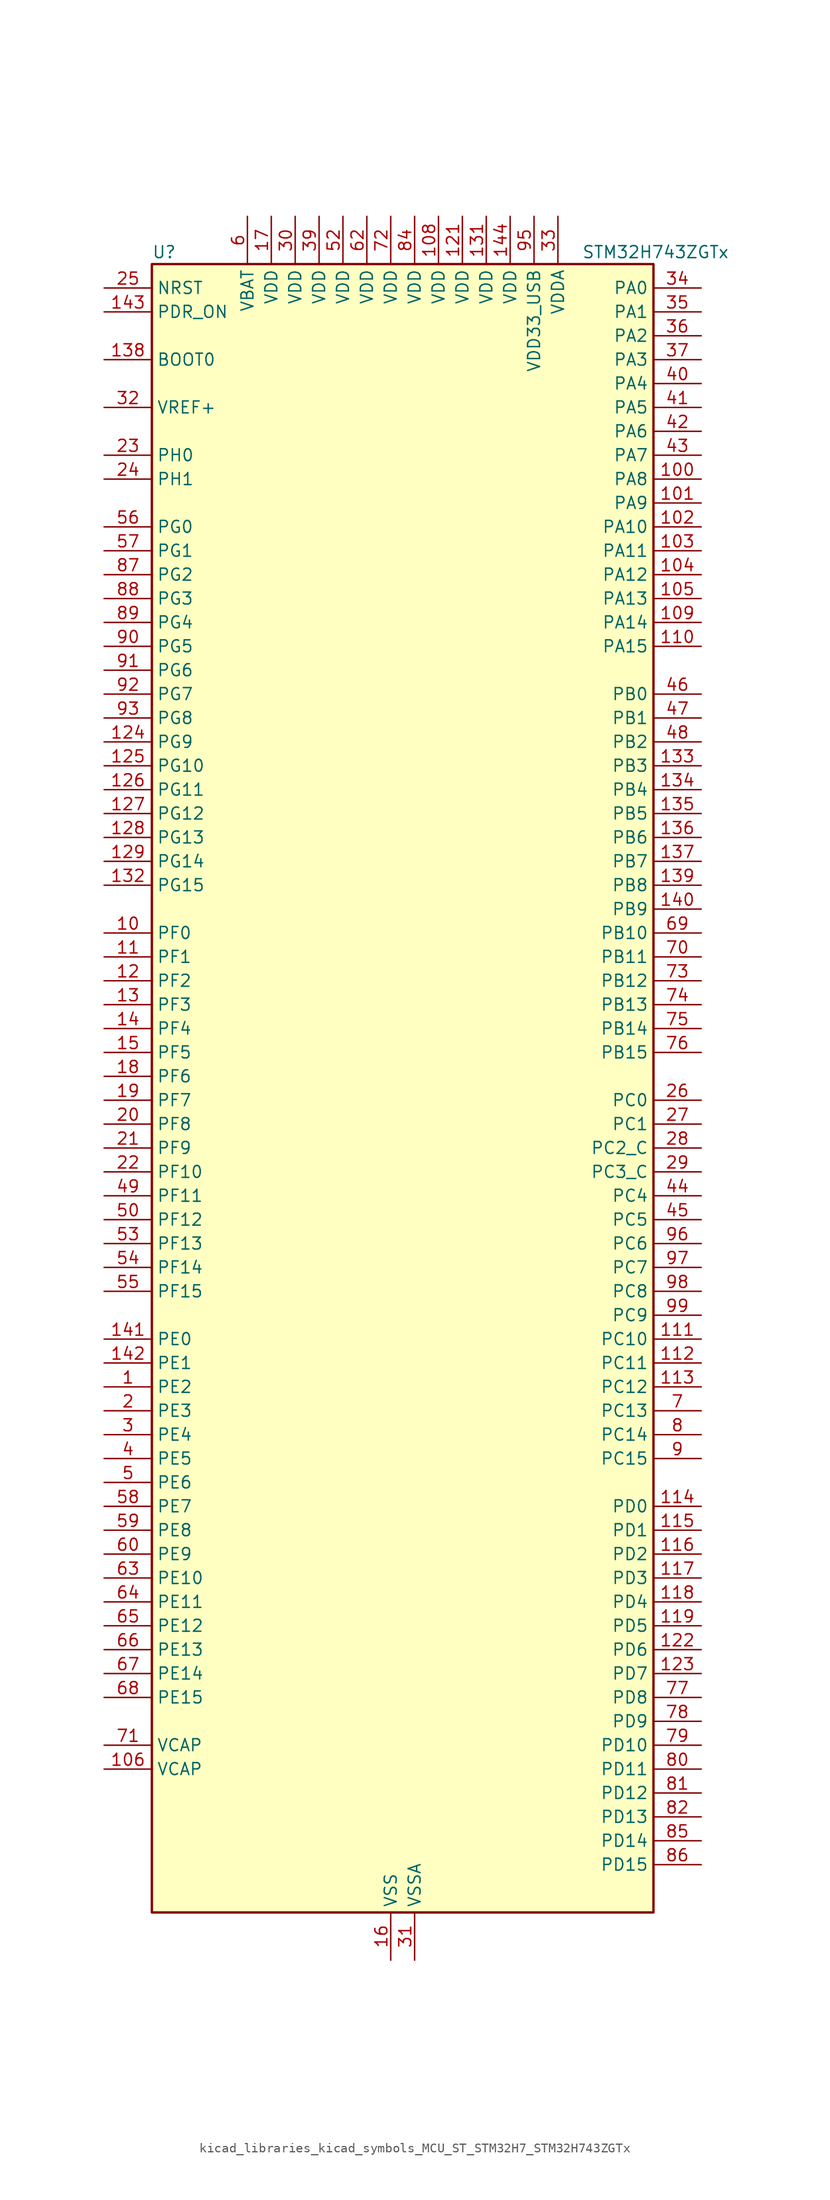
<source format=kicad_sym>
(kicad_symbol_lib
  (version 20220914)
  (generator kicad_symbol_editor)
  (symbol "kicad_libraries_kicad_symbols_MCU_ST_STM32H7_STM32H743ZGTx"
    (property "Reference" "U"
      (at -25.4 90.17 0)
      (effects (font (size 1.27 1.27)) (justify left)))
    (property "Value" "STM32H743ZGTx"
      (at 20.32 90.17 0)
      (effects (font (size 1.27 1.27)) (justify left)))
    (property "ki_locked" ""
      (at 0 0 0)
      (effects (font (size 1.27 1.27))))
    (symbol "kicad_libraries_kicad_symbols_MCU_ST_STM32H7_STM32H743ZGTx_0_1"
      (rectangle (start -25.4 -86.36) (end 27.94 88.9) (stroke (width 0.254) (type default)) (fill (type background))))
    (symbol "kicad_libraries_kicad_symbols_MCU_ST_STM32H7_STM32H743ZGTx_1_1"
      (pin bidirectional line (at -30.48 -30.48 0) (length 5.08) (name "PE2" (effects (font (size 1.27 1.27)))) (number "1" (effects (font (size 1.27 1.27)))) (alternate "DEBUG_TRACECLK" bidirectional line) (alternate "ETH_TXD3" bidirectional line) (alternate "FMC_A23" bidirectional line) (alternate "QUADSPI_BK1_IO2" bidirectional line) (alternate "SAI1_CK1" bidirectional line) (alternate "SAI1_MCLK_A" bidirectional line) (alternate "SAI4_CK1" bidirectional line) (alternate "SAI4_MCLK_A" bidirectional line) (alternate "SPI4_SCK" bidirectional line))
      (pin bidirectional line (at -30.48 17.78 0) (length 5.08) (name "PF0" (effects (font (size 1.27 1.27)))) (number "10" (effects (font (size 1.27 1.27)))) (alternate "FMC_A0" bidirectional line) (alternate "I2C2_SDA" bidirectional line))
      (pin bidirectional line (at 33.02 66.04 180) (length 5.08) (name "PA8" (effects (font (size 1.27 1.27)))) (number "100" (effects (font (size 1.27 1.27)))) (alternate "HRTIM_CHB2" bidirectional line) (alternate "I2C3_SCL" bidirectional line) (alternate "LTDC_B3" bidirectional line) (alternate "LTDC_R6" bidirectional line) (alternate "RCC_MCO_1" bidirectional line) (alternate "TIM1_CH1" bidirectional line) (alternate "TIM8_BKIN2" bidirectional line) (alternate "TIM8_BKIN2_COMP1" bidirectional line) (alternate "TIM8_BKIN2_COMP2" bidirectional line) (alternate "UART7_RX" bidirectional line) (alternate "USART1_CK" bidirectional line) (alternate "USB_OTG_FS_SOF" bidirectional line))
      (pin bidirectional line (at 33.02 63.5 180) (length 5.08) (name "PA9" (effects (font (size 1.27 1.27)))) (number "101" (effects (font (size 1.27 1.27)))) (alternate "DAC1_EXTI9" bidirectional line) (alternate "DCMI_D0" bidirectional line) (alternate "HRTIM_CHC1" bidirectional line) (alternate "I2C3_SMBA" bidirectional line) (alternate "I2S2_CK" bidirectional line) (alternate "LPUART1_TX" bidirectional line) (alternate "LTDC_R5" bidirectional line) (alternate "SPI2_SCK" bidirectional line) (alternate "TIM1_CH2" bidirectional line) (alternate "USART1_TX" bidirectional line) (alternate "USB_OTG_FS_VBUS" bidirectional line))
      (pin bidirectional line (at 33.02 60.96 180) (length 5.08) (name "PA10" (effects (font (size 1.27 1.27)))) (number "102" (effects (font (size 1.27 1.27)))) (alternate "DCMI_D1" bidirectional line) (alternate "HRTIM_CHC2" bidirectional line) (alternate "LPUART1_RX" bidirectional line) (alternate "LTDC_B1" bidirectional line) (alternate "LTDC_B4" bidirectional line) (alternate "MDIOS_MDIO" bidirectional line) (alternate "TIM1_CH3" bidirectional line) (alternate "USART1_RX" bidirectional line) (alternate "USB_OTG_FS_ID" bidirectional line))
      (pin bidirectional line (at 33.02 58.42 180) (length 5.08) (name "PA11" (effects (font (size 1.27 1.27)))) (number "103" (effects (font (size 1.27 1.27)))) (alternate "ADC1_EXTI11" bidirectional line) (alternate "ADC2_EXTI11" bidirectional line) (alternate "ADC3_EXTI11" bidirectional line) (alternate "FDCAN1_RX" bidirectional line) (alternate "HRTIM_CHD1" bidirectional line) (alternate "I2S2_WS" bidirectional line) (alternate "LPUART1_CTS" bidirectional line) (alternate "LTDC_R4" bidirectional line) (alternate "SPI2_NSS" bidirectional line) (alternate "TIM1_CH4" bidirectional line) (alternate "UART4_RX" bidirectional line) (alternate "USART1_CTS" bidirectional line) (alternate "USART1_NSS" bidirectional line) (alternate "USB_OTG_FS_DM" bidirectional line))
      (pin bidirectional line (at 33.02 55.88 180) (length 5.08) (name "PA12" (effects (font (size 1.27 1.27)))) (number "104" (effects (font (size 1.27 1.27)))) (alternate "FDCAN1_TX" bidirectional line) (alternate "HRTIM_CHD2" bidirectional line) (alternate "I2S2_CK" bidirectional line) (alternate "LPUART1_DE" bidirectional line) (alternate "LPUART1_RTS" bidirectional line) (alternate "LTDC_R5" bidirectional line) (alternate "SAI2_FS_B" bidirectional line) (alternate "SPI2_SCK" bidirectional line) (alternate "TIM1_ETR" bidirectional line) (alternate "UART4_TX" bidirectional line) (alternate "USART1_DE" bidirectional line) (alternate "USART1_RTS" bidirectional line) (alternate "USB_OTG_FS_DP" bidirectional line))
      (pin bidirectional line (at 33.02 53.34 180) (length 5.08) (name "PA13" (effects (font (size 1.27 1.27)))) (number "105" (effects (font (size 1.27 1.27)))) (alternate "DEBUG_JTMS-SWDIO" bidirectional line))
      (pin power_out line (at -30.48 -71.12 0) (length 5.08) (name "VCAP" (effects (font (size 1.27 1.27)))) (number "106" (effects (font (size 1.27 1.27)))))
      (pin passive line (at 0 -91.44 90) (length 5.08) hide (name "VSS" (effects (font (size 1.27 1.27)))) (number "107" (effects (font (size 1.27 1.27)))))
      (pin power_in line (at 5.08 93.98 270) (length 5.08) (name "VDD" (effects (font (size 1.27 1.27)))) (number "108" (effects (font (size 1.27 1.27)))))
      (pin bidirectional line (at 33.02 50.8 180) (length 5.08) (name "PA14" (effects (font (size 1.27 1.27)))) (number "109" (effects (font (size 1.27 1.27)))) (alternate "DEBUG_JTCK-SWCLK" bidirectional line))
      (pin bidirectional line (at -30.48 15.24 0) (length 5.08) (name "PF1" (effects (font (size 1.27 1.27)))) (number "11" (effects (font (size 1.27 1.27)))) (alternate "FMC_A1" bidirectional line) (alternate "I2C2_SCL" bidirectional line))
      (pin bidirectional line (at 33.02 48.26 180) (length 5.08) (name "PA15" (effects (font (size 1.27 1.27)))) (number "110" (effects (font (size 1.27 1.27)))) (alternate "ADC1_EXTI15" bidirectional line) (alternate "ADC2_EXTI15" bidirectional line) (alternate "ADC3_EXTI15" bidirectional line) (alternate "CEC" bidirectional line) (alternate "DEBUG_JTDI" bidirectional line) (alternate "HRTIM_FLT1" bidirectional line) (alternate "I2S1_WS" bidirectional line) (alternate "I2S3_WS" bidirectional line) (alternate "SPI1_NSS" bidirectional line) (alternate "SPI3_NSS" bidirectional line) (alternate "SPI6_NSS" bidirectional line) (alternate "TIM2_CH1" bidirectional line) (alternate "TIM2_ETR" bidirectional line) (alternate "UART4_DE" bidirectional line) (alternate "UART4_RTS" bidirectional line) (alternate "UART7_TX" bidirectional line))
      (pin bidirectional line (at 33.02 -25.4 180) (length 5.08) (name "PC10" (effects (font (size 1.27 1.27)))) (number "111" (effects (font (size 1.27 1.27)))) (alternate "DCMI_D8" bidirectional line) (alternate "DFSDM1_CKIN5" bidirectional line) (alternate "HRTIM_EEV1" bidirectional line) (alternate "I2S3_CK" bidirectional line) (alternate "LTDC_R2" bidirectional line) (alternate "QUADSPI_BK1_IO1" bidirectional line) (alternate "SDMMC1_D2" bidirectional line) (alternate "SPI3_SCK" bidirectional line) (alternate "UART4_TX" bidirectional line) (alternate "USART3_TX" bidirectional line))
      (pin bidirectional line (at 33.02 -27.94 180) (length 5.08) (name "PC11" (effects (font (size 1.27 1.27)))) (number "112" (effects (font (size 1.27 1.27)))) (alternate "ADC1_EXTI11" bidirectional line) (alternate "ADC2_EXTI11" bidirectional line) (alternate "ADC3_EXTI11" bidirectional line) (alternate "DCMI_D4" bidirectional line) (alternate "DFSDM1_DATIN5" bidirectional line) (alternate "HRTIM_FLT2" bidirectional line) (alternate "I2S3_SDI" bidirectional line) (alternate "QUADSPI_BK2_NCS" bidirectional line) (alternate "SDMMC1_D3" bidirectional line) (alternate "SPI3_MISO" bidirectional line) (alternate "UART4_RX" bidirectional line) (alternate "USART3_RX" bidirectional line))
      (pin bidirectional line (at 33.02 -30.48 180) (length 5.08) (name "PC12" (effects (font (size 1.27 1.27)))) (number "113" (effects (font (size 1.27 1.27)))) (alternate "DCMI_D9" bidirectional line) (alternate "DEBUG_TRACED3" bidirectional line) (alternate "HRTIM_EEV2" bidirectional line) (alternate "I2S3_SDO" bidirectional line) (alternate "SDMMC1_CK" bidirectional line) (alternate "SPI3_MOSI" bidirectional line) (alternate "UART5_TX" bidirectional line) (alternate "USART3_CK" bidirectional line))
      (pin bidirectional line (at 33.02 -43.18 180) (length 5.08) (name "PD0" (effects (font (size 1.27 1.27)))) (number "114" (effects (font (size 1.27 1.27)))) (alternate "DFSDM1_CKIN6" bidirectional line) (alternate "FDCAN1_RX" bidirectional line) (alternate "FMC_D2" bidirectional line) (alternate "FMC_DA2" bidirectional line) (alternate "SAI3_SCK_A" bidirectional line) (alternate "UART4_RX" bidirectional line))
      (pin bidirectional line (at 33.02 -45.72 180) (length 5.08) (name "PD1" (effects (font (size 1.27 1.27)))) (number "115" (effects (font (size 1.27 1.27)))) (alternate "DFSDM1_DATIN6" bidirectional line) (alternate "FDCAN1_TX" bidirectional line) (alternate "FMC_D3" bidirectional line) (alternate "FMC_DA3" bidirectional line) (alternate "SAI3_SD_A" bidirectional line) (alternate "UART4_TX" bidirectional line))
      (pin bidirectional line (at 33.02 -48.26 180) (length 5.08) (name "PD2" (effects (font (size 1.27 1.27)))) (number "116" (effects (font (size 1.27 1.27)))) (alternate "DCMI_D11" bidirectional line) (alternate "DEBUG_TRACED2" bidirectional line) (alternate "SDMMC1_CMD" bidirectional line) (alternate "TIM3_ETR" bidirectional line) (alternate "UART5_RX" bidirectional line))
      (pin bidirectional line (at 33.02 -50.8 180) (length 5.08) (name "PD3" (effects (font (size 1.27 1.27)))) (number "117" (effects (font (size 1.27 1.27)))) (alternate "DCMI_D5" bidirectional line) (alternate "DFSDM1_CKOUT" bidirectional line) (alternate "FMC_CLK" bidirectional line) (alternate "I2S2_CK" bidirectional line) (alternate "LTDC_G7" bidirectional line) (alternate "SPI2_SCK" bidirectional line) (alternate "USART2_CTS" bidirectional line) (alternate "USART2_NSS" bidirectional line))
      (pin bidirectional line (at 33.02 -53.34 180) (length 5.08) (name "PD4" (effects (font (size 1.27 1.27)))) (number "118" (effects (font (size 1.27 1.27)))) (alternate "FMC_NOE" bidirectional line) (alternate "HRTIM_FLT3" bidirectional line) (alternate "SAI3_FS_A" bidirectional line) (alternate "USART2_DE" bidirectional line) (alternate "USART2_RTS" bidirectional line))
      (pin bidirectional line (at 33.02 -55.88 180) (length 5.08) (name "PD5" (effects (font (size 1.27 1.27)))) (number "119" (effects (font (size 1.27 1.27)))) (alternate "FMC_NWE" bidirectional line) (alternate "HRTIM_EEV3" bidirectional line) (alternate "USART2_TX" bidirectional line))
      (pin bidirectional line (at -30.48 12.7 0) (length 5.08) (name "PF2" (effects (font (size 1.27 1.27)))) (number "12" (effects (font (size 1.27 1.27)))) (alternate "FMC_A2" bidirectional line) (alternate "I2C2_SMBA" bidirectional line))
      (pin passive line (at 0 -91.44 90) (length 5.08) hide (name "VSS" (effects (font (size 1.27 1.27)))) (number "120" (effects (font (size 1.27 1.27)))))
      (pin power_in line (at 7.62 93.98 270) (length 5.08) (name "VDD" (effects (font (size 1.27 1.27)))) (number "121" (effects (font (size 1.27 1.27)))))
      (pin bidirectional line (at 33.02 -58.42 180) (length 5.08) (name "PD6" (effects (font (size 1.27 1.27)))) (number "122" (effects (font (size 1.27 1.27)))) (alternate "DCMI_D10" bidirectional line) (alternate "DFSDM1_CKIN4" bidirectional line) (alternate "DFSDM1_DATIN1" bidirectional line) (alternate "FMC_NWAIT" bidirectional line) (alternate "I2S3_SDO" bidirectional line) (alternate "LTDC_B2" bidirectional line) (alternate "SAI1_D1" bidirectional line) (alternate "SAI1_SD_A" bidirectional line) (alternate "SAI4_D1" bidirectional line) (alternate "SAI4_SD_A" bidirectional line) (alternate "SDMMC2_CK" bidirectional line) (alternate "SPI3_MOSI" bidirectional line) (alternate "USART2_RX" bidirectional line))
      (pin bidirectional line (at 33.02 -60.96 180) (length 5.08) (name "PD7" (effects (font (size 1.27 1.27)))) (number "123" (effects (font (size 1.27 1.27)))) (alternate "DFSDM1_CKIN1" bidirectional line) (alternate "DFSDM1_DATIN4" bidirectional line) (alternate "FMC_NE1" bidirectional line) (alternate "I2S1_SDO" bidirectional line) (alternate "SDMMC2_CMD" bidirectional line) (alternate "SPDIFRX1_IN0" bidirectional line) (alternate "SPI1_MOSI" bidirectional line) (alternate "USART2_CK" bidirectional line))
      (pin bidirectional line (at -30.48 38.1 0) (length 5.08) (name "PG9" (effects (font (size 1.27 1.27)))) (number "124" (effects (font (size 1.27 1.27)))) (alternate "DAC1_EXTI9" bidirectional line) (alternate "DCMI_VSYNC" bidirectional line) (alternate "FMC_NCE" bidirectional line) (alternate "FMC_NE2" bidirectional line) (alternate "I2S1_SDI" bidirectional line) (alternate "QUADSPI_BK2_IO2" bidirectional line) (alternate "SAI2_FS_B" bidirectional line) (alternate "SPDIFRX1_IN3" bidirectional line) (alternate "SPI1_MISO" bidirectional line) (alternate "USART6_RX" bidirectional line))
      (pin bidirectional line (at -30.48 35.56 0) (length 5.08) (name "PG10" (effects (font (size 1.27 1.27)))) (number "125" (effects (font (size 1.27 1.27)))) (alternate "DCMI_D2" bidirectional line) (alternate "FMC_NE3" bidirectional line) (alternate "HRTIM_FLT5" bidirectional line) (alternate "I2S1_WS" bidirectional line) (alternate "LTDC_B2" bidirectional line) (alternate "LTDC_G3" bidirectional line) (alternate "SAI2_SD_B" bidirectional line) (alternate "SPI1_NSS" bidirectional line))
      (pin bidirectional line (at -30.48 33.02 0) (length 5.08) (name "PG11" (effects (font (size 1.27 1.27)))) (number "126" (effects (font (size 1.27 1.27)))) (alternate "ADC1_EXTI11" bidirectional line) (alternate "ADC2_EXTI11" bidirectional line) (alternate "ADC3_EXTI11" bidirectional line) (alternate "DCMI_D3" bidirectional line) (alternate "ETH_TX_EN" bidirectional line) (alternate "HRTIM_EEV4" bidirectional line) (alternate "I2S1_CK" bidirectional line) (alternate "LPTIM1_IN2" bidirectional line) (alternate "LTDC_B3" bidirectional line) (alternate "SDMMC2_D2" bidirectional line) (alternate "SPDIFRX1_IN0" bidirectional line) (alternate "SPI1_SCK" bidirectional line))
      (pin bidirectional line (at -30.48 30.48 0) (length 5.08) (name "PG12" (effects (font (size 1.27 1.27)))) (number "127" (effects (font (size 1.27 1.27)))) (alternate "ETH_TXD1" bidirectional line) (alternate "FMC_NE4" bidirectional line) (alternate "HRTIM_EEV5" bidirectional line) (alternate "LPTIM1_IN1" bidirectional line) (alternate "LTDC_B1" bidirectional line) (alternate "LTDC_B4" bidirectional line) (alternate "SPDIFRX1_IN1" bidirectional line) (alternate "SPI6_MISO" bidirectional line) (alternate "USART6_DE" bidirectional line) (alternate "USART6_RTS" bidirectional line))
      (pin bidirectional line (at -30.48 27.94 0) (length 5.08) (name "PG13" (effects (font (size 1.27 1.27)))) (number "128" (effects (font (size 1.27 1.27)))) (alternate "DEBUG_TRACED0" bidirectional line) (alternate "ETH_TXD0" bidirectional line) (alternate "FMC_A24" bidirectional line) (alternate "HRTIM_EEV10" bidirectional line) (alternate "LPTIM1_OUT" bidirectional line) (alternate "LTDC_R0" bidirectional line) (alternate "SPI6_SCK" bidirectional line) (alternate "USART6_CTS" bidirectional line) (alternate "USART6_NSS" bidirectional line))
      (pin bidirectional line (at -30.48 25.4 0) (length 5.08) (name "PG14" (effects (font (size 1.27 1.27)))) (number "129" (effects (font (size 1.27 1.27)))) (alternate "DEBUG_TRACED1" bidirectional line) (alternate "ETH_TXD1" bidirectional line) (alternate "FMC_A25" bidirectional line) (alternate "LPTIM1_ETR" bidirectional line) (alternate "LTDC_B0" bidirectional line) (alternate "QUADSPI_BK2_IO3" bidirectional line) (alternate "SPI6_MOSI" bidirectional line) (alternate "USART6_TX" bidirectional line))
      (pin bidirectional line (at -30.48 10.16 0) (length 5.08) (name "PF3" (effects (font (size 1.27 1.27)))) (number "13" (effects (font (size 1.27 1.27)))) (alternate "ADC3_INP5" bidirectional line) (alternate "FMC_A3" bidirectional line))
      (pin passive line (at 0 -91.44 90) (length 5.08) hide (name "VSS" (effects (font (size 1.27 1.27)))) (number "130" (effects (font (size 1.27 1.27)))))
      (pin power_in line (at 10.16 93.98 270) (length 5.08) (name "VDD" (effects (font (size 1.27 1.27)))) (number "131" (effects (font (size 1.27 1.27)))))
      (pin bidirectional line (at -30.48 22.86 0) (length 5.08) (name "PG15" (effects (font (size 1.27 1.27)))) (number "132" (effects (font (size 1.27 1.27)))) (alternate "ADC1_EXTI15" bidirectional line) (alternate "ADC2_EXTI15" bidirectional line) (alternate "ADC3_EXTI15" bidirectional line) (alternate "DCMI_D13" bidirectional line) (alternate "FMC_SDNCAS" bidirectional line) (alternate "USART6_CTS" bidirectional line) (alternate "USART6_NSS" bidirectional line))
      (pin bidirectional line (at 33.02 35.56 180) (length 5.08) (name "PB3" (effects (font (size 1.27 1.27)))) (number "133" (effects (font (size 1.27 1.27)))) (alternate "CRS_SYNC" bidirectional line) (alternate "DEBUG_JTDO-SWO" bidirectional line) (alternate "HRTIM_FLT4" bidirectional line) (alternate "I2S1_CK" bidirectional line) (alternate "I2S3_CK" bidirectional line) (alternate "SDMMC2_D2" bidirectional line) (alternate "SPI1_SCK" bidirectional line) (alternate "SPI3_SCK" bidirectional line) (alternate "SPI6_SCK" bidirectional line) (alternate "TIM2_CH2" bidirectional line) (alternate "UART7_RX" bidirectional line))
      (pin bidirectional line (at 33.02 33.02 180) (length 5.08) (name "PB4" (effects (font (size 1.27 1.27)))) (number "134" (effects (font (size 1.27 1.27)))) (alternate "DEBUG_JTRST" bidirectional line) (alternate "HRTIM_EEV6" bidirectional line) (alternate "I2S1_SDI" bidirectional line) (alternate "I2S2_WS" bidirectional line) (alternate "I2S3_SDI" bidirectional line) (alternate "SDMMC2_D3" bidirectional line) (alternate "SPI1_MISO" bidirectional line) (alternate "SPI2_NSS" bidirectional line) (alternate "SPI3_MISO" bidirectional line) (alternate "SPI6_MISO" bidirectional line) (alternate "TIM16_BKIN" bidirectional line) (alternate "TIM3_CH1" bidirectional line) (alternate "UART7_TX" bidirectional line))
      (pin bidirectional line (at 33.02 30.48 180) (length 5.08) (name "PB5" (effects (font (size 1.27 1.27)))) (number "135" (effects (font (size 1.27 1.27)))) (alternate "DCMI_D10" bidirectional line) (alternate "ETH_PPS_OUT" bidirectional line) (alternate "FDCAN2_RX" bidirectional line) (alternate "FMC_SDCKE1" bidirectional line) (alternate "HRTIM_EEV7" bidirectional line) (alternate "I2C1_SMBA" bidirectional line) (alternate "I2C4_SMBA" bidirectional line) (alternate "I2S1_SDO" bidirectional line) (alternate "I2S3_SDO" bidirectional line) (alternate "SPI1_MOSI" bidirectional line) (alternate "SPI3_MOSI" bidirectional line) (alternate "SPI6_MOSI" bidirectional line) (alternate "TIM17_BKIN" bidirectional line) (alternate "TIM3_CH2" bidirectional line) (alternate "UART5_RX" bidirectional line) (alternate "USB_OTG_HS_ULPI_D7" bidirectional line))
      (pin bidirectional line (at 33.02 27.94 180) (length 5.08) (name "PB6" (effects (font (size 1.27 1.27)))) (number "136" (effects (font (size 1.27 1.27)))) (alternate "CEC" bidirectional line) (alternate "DCMI_D5" bidirectional line) (alternate "DFSDM1_DATIN5" bidirectional line) (alternate "FDCAN2_TX" bidirectional line) (alternate "FMC_SDNE1" bidirectional line) (alternate "HRTIM_EEV8" bidirectional line) (alternate "I2C1_SCL" bidirectional line) (alternate "I2C4_SCL" bidirectional line) (alternate "LPUART1_TX" bidirectional line) (alternate "QUADSPI_BK1_NCS" bidirectional line) (alternate "TIM16_CH1N" bidirectional line) (alternate "TIM4_CH1" bidirectional line) (alternate "UART5_TX" bidirectional line) (alternate "USART1_TX" bidirectional line))
      (pin bidirectional line (at 33.02 25.4 180) (length 5.08) (name "PB7" (effects (font (size 1.27 1.27)))) (number "137" (effects (font (size 1.27 1.27)))) (alternate "DCMI_VSYNC" bidirectional line) (alternate "DFSDM1_CKIN5" bidirectional line) (alternate "FMC_NL" bidirectional line) (alternate "HRTIM_EEV9" bidirectional line) (alternate "I2C1_SDA" bidirectional line) (alternate "I2C4_SDA" bidirectional line) (alternate "LPUART1_RX" bidirectional line) (alternate "PWR_PVD_IN" bidirectional line) (alternate "TIM17_CH1N" bidirectional line) (alternate "TIM4_CH2" bidirectional line) (alternate "USART1_RX" bidirectional line))
      (pin input line (at -30.48 78.74 0) (length 5.08) (name "BOOT0" (effects (font (size 1.27 1.27)))) (number "138" (effects (font (size 1.27 1.27)))))
      (pin bidirectional line (at 33.02 22.86 180) (length 5.08) (name "PB8" (effects (font (size 1.27 1.27)))) (number "139" (effects (font (size 1.27 1.27)))) (alternate "DCMI_D6" bidirectional line) (alternate "DFSDM1_CKIN7" bidirectional line) (alternate "ETH_TXD3" bidirectional line) (alternate "FDCAN1_RX" bidirectional line) (alternate "I2C1_SCL" bidirectional line) (alternate "I2C4_SCL" bidirectional line) (alternate "LTDC_B6" bidirectional line) (alternate "SDMMC1_CKIN" bidirectional line) (alternate "SDMMC1_D4" bidirectional line) (alternate "SDMMC2_D4" bidirectional line) (alternate "TIM16_CH1" bidirectional line) (alternate "TIM4_CH3" bidirectional line) (alternate "UART4_RX" bidirectional line))
      (pin bidirectional line (at -30.48 7.62 0) (length 5.08) (name "PF4" (effects (font (size 1.27 1.27)))) (number "14" (effects (font (size 1.27 1.27)))) (alternate "ADC3_INN5" bidirectional line) (alternate "ADC3_INP9" bidirectional line) (alternate "FMC_A4" bidirectional line))
      (pin bidirectional line (at 33.02 20.32 180) (length 5.08) (name "PB9" (effects (font (size 1.27 1.27)))) (number "140" (effects (font (size 1.27 1.27)))) (alternate "DAC1_EXTI9" bidirectional line) (alternate "DCMI_D7" bidirectional line) (alternate "DFSDM1_DATIN7" bidirectional line) (alternate "FDCAN1_TX" bidirectional line) (alternate "I2C1_SDA" bidirectional line) (alternate "I2C4_SDA" bidirectional line) (alternate "I2C4_SMBA" bidirectional line) (alternate "I2S2_WS" bidirectional line) (alternate "LTDC_B7" bidirectional line) (alternate "SDMMC1_CDIR" bidirectional line) (alternate "SDMMC1_D5" bidirectional line) (alternate "SDMMC2_D5" bidirectional line) (alternate "SPI2_NSS" bidirectional line) (alternate "TIM17_CH1" bidirectional line) (alternate "TIM4_CH4" bidirectional line) (alternate "UART4_TX" bidirectional line))
      (pin bidirectional line (at -30.48 -25.4 0) (length 5.08) (name "PE0" (effects (font (size 1.27 1.27)))) (number "141" (effects (font (size 1.27 1.27)))) (alternate "DCMI_D2" bidirectional line) (alternate "FMC_NBL0" bidirectional line) (alternate "HRTIM_SCIN" bidirectional line) (alternate "LPTIM1_ETR" bidirectional line) (alternate "LPTIM2_ETR" bidirectional line) (alternate "SAI2_MCLK_A" bidirectional line) (alternate "TIM4_ETR" bidirectional line) (alternate "UART8_RX" bidirectional line))
      (pin bidirectional line (at -30.48 -27.94 0) (length 5.08) (name "PE1" (effects (font (size 1.27 1.27)))) (number "142" (effects (font (size 1.27 1.27)))) (alternate "DCMI_D3" bidirectional line) (alternate "FMC_NBL1" bidirectional line) (alternate "HRTIM_SCOUT" bidirectional line) (alternate "LPTIM1_IN2" bidirectional line) (alternate "UART8_TX" bidirectional line))
      (pin input line (at -30.48 83.82 0) (length 5.08) (name "PDR_ON" (effects (font (size 1.27 1.27)))) (number "143" (effects (font (size 1.27 1.27)))))
      (pin power_in line (at 12.7 93.98 270) (length 5.08) (name "VDD" (effects (font (size 1.27 1.27)))) (number "144" (effects (font (size 1.27 1.27)))))
      (pin bidirectional line (at -30.48 5.08 0) (length 5.08) (name "PF5" (effects (font (size 1.27 1.27)))) (number "15" (effects (font (size 1.27 1.27)))) (alternate "ADC3_INP4" bidirectional line) (alternate "FMC_A5" bidirectional line))
      (pin power_in line (at 0 -91.44 90) (length 5.08) (name "VSS" (effects (font (size 1.27 1.27)))) (number "16" (effects (font (size 1.27 1.27)))))
      (pin power_in line (at -12.7 93.98 270) (length 5.08) (name "VDD" (effects (font (size 1.27 1.27)))) (number "17" (effects (font (size 1.27 1.27)))))
      (pin bidirectional line (at -30.48 2.54 0) (length 5.08) (name "PF6" (effects (font (size 1.27 1.27)))) (number "18" (effects (font (size 1.27 1.27)))) (alternate "ADC3_INN4" bidirectional line) (alternate "ADC3_INP8" bidirectional line) (alternate "QUADSPI_BK1_IO3" bidirectional line) (alternate "SAI1_SD_B" bidirectional line) (alternate "SAI4_SD_B" bidirectional line) (alternate "SPI5_NSS" bidirectional line) (alternate "TIM16_CH1" bidirectional line) (alternate "UART7_RX" bidirectional line))
      (pin bidirectional line (at -30.48 0 0) (length 5.08) (name "PF7" (effects (font (size 1.27 1.27)))) (number "19" (effects (font (size 1.27 1.27)))) (alternate "ADC3_INP3" bidirectional line) (alternate "QUADSPI_BK1_IO2" bidirectional line) (alternate "SAI1_MCLK_B" bidirectional line) (alternate "SAI4_MCLK_B" bidirectional line) (alternate "SPI5_SCK" bidirectional line) (alternate "TIM17_CH1" bidirectional line) (alternate "UART7_TX" bidirectional line))
      (pin bidirectional line (at -30.48 -33.02 0) (length 5.08) (name "PE3" (effects (font (size 1.27 1.27)))) (number "2" (effects (font (size 1.27 1.27)))) (alternate "DEBUG_TRACED0" bidirectional line) (alternate "FMC_A19" bidirectional line) (alternate "SAI1_SD_B" bidirectional line) (alternate "SAI4_SD_B" bidirectional line) (alternate "TIM15_BKIN" bidirectional line))
      (pin bidirectional line (at -30.48 -2.54 0) (length 5.08) (name "PF8" (effects (font (size 1.27 1.27)))) (number "20" (effects (font (size 1.27 1.27)))) (alternate "ADC3_INN3" bidirectional line) (alternate "ADC3_INP7" bidirectional line) (alternate "QUADSPI_BK1_IO0" bidirectional line) (alternate "SAI1_SCK_B" bidirectional line) (alternate "SAI4_SCK_B" bidirectional line) (alternate "SPI5_MISO" bidirectional line) (alternate "TIM13_CH1" bidirectional line) (alternate "TIM16_CH1N" bidirectional line) (alternate "UART7_DE" bidirectional line) (alternate "UART7_RTS" bidirectional line))
      (pin bidirectional line (at -30.48 -5.08 0) (length 5.08) (name "PF9" (effects (font (size 1.27 1.27)))) (number "21" (effects (font (size 1.27 1.27)))) (alternate "ADC3_INP2" bidirectional line) (alternate "DAC1_EXTI9" bidirectional line) (alternate "QUADSPI_BK1_IO1" bidirectional line) (alternate "SAI1_FS_B" bidirectional line) (alternate "SAI4_FS_B" bidirectional line) (alternate "SPI5_MOSI" bidirectional line) (alternate "TIM14_CH1" bidirectional line) (alternate "TIM17_CH1N" bidirectional line) (alternate "UART7_CTS" bidirectional line))
      (pin bidirectional line (at -30.48 -7.62 0) (length 5.08) (name "PF10" (effects (font (size 1.27 1.27)))) (number "22" (effects (font (size 1.27 1.27)))) (alternate "ADC3_INN2" bidirectional line) (alternate "ADC3_INP6" bidirectional line) (alternate "DCMI_D11" bidirectional line) (alternate "LTDC_DE" bidirectional line) (alternate "QUADSPI_CLK" bidirectional line) (alternate "SAI1_D3" bidirectional line) (alternate "SAI4_D3" bidirectional line) (alternate "TIM16_BKIN" bidirectional line))
      (pin bidirectional line (at -30.48 68.58 0) (length 5.08) (name "PH0" (effects (font (size 1.27 1.27)))) (number "23" (effects (font (size 1.27 1.27)))) (alternate "RCC_OSC_IN" bidirectional line))
      (pin bidirectional line (at -30.48 66.04 0) (length 5.08) (name "PH1" (effects (font (size 1.27 1.27)))) (number "24" (effects (font (size 1.27 1.27)))) (alternate "RCC_OSC_OUT" bidirectional line))
      (pin input line (at -30.48 86.36 0) (length 5.08) (name "NRST" (effects (font (size 1.27 1.27)))) (number "25" (effects (font (size 1.27 1.27)))))
      (pin bidirectional line (at 33.02 0 180) (length 5.08) (name "PC0" (effects (font (size 1.27 1.27)))) (number "26" (effects (font (size 1.27 1.27)))) (alternate "ADC1_INP10" bidirectional line) (alternate "ADC2_INP10" bidirectional line) (alternate "ADC3_INP10" bidirectional line) (alternate "DFSDM1_CKIN0" bidirectional line) (alternate "DFSDM1_DATIN4" bidirectional line) (alternate "FMC_SDNWE" bidirectional line) (alternate "LTDC_R5" bidirectional line) (alternate "SAI2_FS_B" bidirectional line) (alternate "USB_OTG_HS_ULPI_STP" bidirectional line))
      (pin bidirectional line (at 33.02 -2.54 180) (length 5.08) (name "PC1" (effects (font (size 1.27 1.27)))) (number "27" (effects (font (size 1.27 1.27)))) (alternate "ADC1_INN10" bidirectional line) (alternate "ADC1_INP11" bidirectional line) (alternate "ADC2_INN10" bidirectional line) (alternate "ADC2_INP11" bidirectional line) (alternate "ADC3_INN10" bidirectional line) (alternate "ADC3_INP11" bidirectional line) (alternate "DEBUG_TRACED0" bidirectional line) (alternate "DFSDM1_CKIN4" bidirectional line) (alternate "DFSDM1_DATIN0" bidirectional line) (alternate "ETH_MDC" bidirectional line) (alternate "I2S2_SDO" bidirectional line) (alternate "MDIOS_MDC" bidirectional line) (alternate "PWR_WKUP5" bidirectional line) (alternate "RTC_TAMP3" bidirectional line) (alternate "SAI1_D1" bidirectional line) (alternate "SAI1_SD_A" bidirectional line) (alternate "SAI4_D1" bidirectional line) (alternate "SAI4_SD_A" bidirectional line) (alternate "SDMMC2_CK" bidirectional line) (alternate "SPI2_MOSI" bidirectional line))
      (pin bidirectional line (at 33.02 -5.08 180) (length 5.08) (name "PC2_C" (effects (font (size 1.27 1.27)))) (number "28" (effects (font (size 1.27 1.27)))) (alternate "ADC3_INN1" bidirectional line) (alternate "ADC3_INP0" bidirectional line) (alternate "DFSDM1_CKIN1" bidirectional line) (alternate "DFSDM1_CKOUT" bidirectional line) (alternate "ETH_TXD2" bidirectional line) (alternate "FMC_SDNE0" bidirectional line) (alternate "I2S2_SDI" bidirectional line) (alternate "PWR_CSTOP" bidirectional line) (alternate "SPI2_MISO" bidirectional line) (alternate "USB_OTG_HS_ULPI_DIR" bidirectional line))
      (pin bidirectional line (at 33.02 -7.62 180) (length 5.08) (name "PC3_C" (effects (font (size 1.27 1.27)))) (number "29" (effects (font (size 1.27 1.27)))) (alternate "ADC3_INP1" bidirectional line) (alternate "DFSDM1_DATIN1" bidirectional line) (alternate "ETH_TX_CLK" bidirectional line) (alternate "FMC_SDCKE0" bidirectional line) (alternate "I2S2_SDO" bidirectional line) (alternate "PWR_CSLEEP" bidirectional line) (alternate "SPI2_MOSI" bidirectional line) (alternate "USB_OTG_HS_ULPI_NXT" bidirectional line))
      (pin bidirectional line (at -30.48 -35.56 0) (length 5.08) (name "PE4" (effects (font (size 1.27 1.27)))) (number "3" (effects (font (size 1.27 1.27)))) (alternate "DCMI_D4" bidirectional line) (alternate "DEBUG_TRACED1" bidirectional line) (alternate "DFSDM1_DATIN3" bidirectional line) (alternate "FMC_A20" bidirectional line) (alternate "LTDC_B0" bidirectional line) (alternate "SAI1_D2" bidirectional line) (alternate "SAI1_FS_A" bidirectional line) (alternate "SAI4_D2" bidirectional line) (alternate "SAI4_FS_A" bidirectional line) (alternate "SPI4_NSS" bidirectional line) (alternate "TIM15_CH1N" bidirectional line))
      (pin power_in line (at -10.16 93.98 270) (length 5.08) (name "VDD" (effects (font (size 1.27 1.27)))) (number "30" (effects (font (size 1.27 1.27)))))
      (pin power_in line (at 2.54 -91.44 90) (length 5.08) (name "VSSA" (effects (font (size 1.27 1.27)))) (number "31" (effects (font (size 1.27 1.27)))))
      (pin input line (at -30.48 73.66 0) (length 5.08) (name "VREF+" (effects (font (size 1.27 1.27)))) (number "32" (effects (font (size 1.27 1.27)))) (alternate "VREFBUF_OUT" bidirectional line))
      (pin power_in line (at 17.78 93.98 270) (length 5.08) (name "VDDA" (effects (font (size 1.27 1.27)))) (number "33" (effects (font (size 1.27 1.27)))))
      (pin bidirectional line (at 33.02 86.36 180) (length 5.08) (name "PA0" (effects (font (size 1.27 1.27)))) (number "34" (effects (font (size 1.27 1.27)))) (alternate "ADC1_INP16" bidirectional line) (alternate "ETH_CRS" bidirectional line) (alternate "PWR_WKUP0" bidirectional line) (alternate "SAI2_SD_B" bidirectional line) (alternate "SDMMC2_CMD" bidirectional line) (alternate "TIM15_BKIN" bidirectional line) (alternate "TIM2_CH1" bidirectional line) (alternate "TIM2_ETR" bidirectional line) (alternate "TIM5_CH1" bidirectional line) (alternate "TIM8_ETR" bidirectional line) (alternate "UART4_TX" bidirectional line) (alternate "USART2_CTS" bidirectional line) (alternate "USART2_NSS" bidirectional line))
      (pin bidirectional line (at 33.02 83.82 180) (length 5.08) (name "PA1" (effects (font (size 1.27 1.27)))) (number "35" (effects (font (size 1.27 1.27)))) (alternate "ADC1_INN16" bidirectional line) (alternate "ADC1_INP17" bidirectional line) (alternate "ETH_REF_CLK" bidirectional line) (alternate "ETH_RX_CLK" bidirectional line) (alternate "LPTIM3_OUT" bidirectional line) (alternate "LTDC_R2" bidirectional line) (alternate "QUADSPI_BK1_IO3" bidirectional line) (alternate "SAI2_MCLK_B" bidirectional line) (alternate "TIM15_CH1N" bidirectional line) (alternate "TIM2_CH2" bidirectional line) (alternate "TIM5_CH2" bidirectional line) (alternate "UART4_RX" bidirectional line) (alternate "USART2_DE" bidirectional line) (alternate "USART2_RTS" bidirectional line))
      (pin bidirectional line (at 33.02 81.28 180) (length 5.08) (name "PA2" (effects (font (size 1.27 1.27)))) (number "36" (effects (font (size 1.27 1.27)))) (alternate "ADC1_INP14" bidirectional line) (alternate "ADC2_INP14" bidirectional line) (alternate "ETH_MDIO" bidirectional line) (alternate "LPTIM4_OUT" bidirectional line) (alternate "LTDC_R1" bidirectional line) (alternate "MDIOS_MDIO" bidirectional line) (alternate "PWR_WKUP1" bidirectional line) (alternate "SAI2_SCK_B" bidirectional line) (alternate "TIM15_CH1" bidirectional line) (alternate "TIM2_CH3" bidirectional line) (alternate "TIM5_CH3" bidirectional line) (alternate "USART2_TX" bidirectional line))
      (pin bidirectional line (at 33.02 78.74 180) (length 5.08) (name "PA3" (effects (font (size 1.27 1.27)))) (number "37" (effects (font (size 1.27 1.27)))) (alternate "ADC1_INP15" bidirectional line) (alternate "ADC2_INP15" bidirectional line) (alternate "ETH_COL" bidirectional line) (alternate "LPTIM5_OUT" bidirectional line) (alternate "LTDC_B2" bidirectional line) (alternate "LTDC_B5" bidirectional line) (alternate "TIM15_CH2" bidirectional line) (alternate "TIM2_CH4" bidirectional line) (alternate "TIM5_CH4" bidirectional line) (alternate "USART2_RX" bidirectional line) (alternate "USB_OTG_HS_ULPI_D0" bidirectional line))
      (pin passive line (at 0 -91.44 90) (length 5.08) hide (name "VSS" (effects (font (size 1.27 1.27)))) (number "38" (effects (font (size 1.27 1.27)))))
      (pin power_in line (at -7.62 93.98 270) (length 5.08) (name "VDD" (effects (font (size 1.27 1.27)))) (number "39" (effects (font (size 1.27 1.27)))))
      (pin bidirectional line (at -30.48 -38.1 0) (length 5.08) (name "PE5" (effects (font (size 1.27 1.27)))) (number "4" (effects (font (size 1.27 1.27)))) (alternate "DCMI_D6" bidirectional line) (alternate "DEBUG_TRACED2" bidirectional line) (alternate "DFSDM1_CKIN3" bidirectional line) (alternate "FMC_A21" bidirectional line) (alternate "LTDC_G0" bidirectional line) (alternate "SAI1_CK2" bidirectional line) (alternate "SAI1_SCK_A" bidirectional line) (alternate "SAI4_CK2" bidirectional line) (alternate "SAI4_SCK_A" bidirectional line) (alternate "SPI4_MISO" bidirectional line) (alternate "TIM15_CH1" bidirectional line))
      (pin bidirectional line (at 33.02 76.2 180) (length 5.08) (name "PA4" (effects (font (size 1.27 1.27)))) (number "40" (effects (font (size 1.27 1.27)))) (alternate "ADC1_INP18" bidirectional line) (alternate "ADC2_INP18" bidirectional line) (alternate "DAC1_OUT1" bidirectional line) (alternate "DCMI_HSYNC" bidirectional line) (alternate "I2S1_WS" bidirectional line) (alternate "I2S3_WS" bidirectional line) (alternate "LTDC_VSYNC" bidirectional line) (alternate "SPI1_NSS" bidirectional line) (alternate "SPI3_NSS" bidirectional line) (alternate "SPI6_NSS" bidirectional line) (alternate "TIM5_ETR" bidirectional line) (alternate "USART2_CK" bidirectional line) (alternate "USB_OTG_HS_SOF" bidirectional line))
      (pin bidirectional line (at 33.02 73.66 180) (length 5.08) (name "PA5" (effects (font (size 1.27 1.27)))) (number "41" (effects (font (size 1.27 1.27)))) (alternate "ADC1_INN18" bidirectional line) (alternate "ADC1_INP19" bidirectional line) (alternate "ADC2_INN18" bidirectional line) (alternate "ADC2_INP19" bidirectional line) (alternate "DAC1_OUT2" bidirectional line) (alternate "I2S1_CK" bidirectional line) (alternate "LTDC_R4" bidirectional line) (alternate "PWR_NDSTOP2" bidirectional line) (alternate "SPI1_SCK" bidirectional line) (alternate "SPI6_SCK" bidirectional line) (alternate "TIM2_CH1" bidirectional line) (alternate "TIM2_ETR" bidirectional line) (alternate "TIM8_CH1N" bidirectional line) (alternate "USB_OTG_HS_ULPI_CK" bidirectional line))
      (pin bidirectional line (at 33.02 71.12 180) (length 5.08) (name "PA6" (effects (font (size 1.27 1.27)))) (number "42" (effects (font (size 1.27 1.27)))) (alternate "ADC1_INP3" bidirectional line) (alternate "ADC2_INP3" bidirectional line) (alternate "DCMI_PIXCLK" bidirectional line) (alternate "I2S1_SDI" bidirectional line) (alternate "LTDC_G2" bidirectional line) (alternate "MDIOS_MDC" bidirectional line) (alternate "SPI1_MISO" bidirectional line) (alternate "SPI6_MISO" bidirectional line) (alternate "TIM13_CH1" bidirectional line) (alternate "TIM1_BKIN" bidirectional line) (alternate "TIM1_BKIN_COMP1" bidirectional line) (alternate "TIM1_BKIN_COMP2" bidirectional line) (alternate "TIM3_CH1" bidirectional line) (alternate "TIM8_BKIN" bidirectional line) (alternate "TIM8_BKIN_COMP1" bidirectional line) (alternate "TIM8_BKIN_COMP2" bidirectional line))
      (pin bidirectional line (at 33.02 68.58 180) (length 5.08) (name "PA7" (effects (font (size 1.27 1.27)))) (number "43" (effects (font (size 1.27 1.27)))) (alternate "ADC1_INN3" bidirectional line) (alternate "ADC1_INP7" bidirectional line) (alternate "ADC2_INN3" bidirectional line) (alternate "ADC2_INP7" bidirectional line) (alternate "ETH_CRS_DV" bidirectional line) (alternate "ETH_RX_DV" bidirectional line) (alternate "FMC_SDNWE" bidirectional line) (alternate "I2S1_SDO" bidirectional line) (alternate "OPAMP1_VINM" bidirectional line) (alternate "OPAMP1_VINM1" bidirectional line) (alternate "SPI1_MOSI" bidirectional line) (alternate "SPI6_MOSI" bidirectional line) (alternate "TIM14_CH1" bidirectional line) (alternate "TIM1_CH1N" bidirectional line) (alternate "TIM3_CH2" bidirectional line) (alternate "TIM8_CH1N" bidirectional line))
      (pin bidirectional line (at 33.02 -10.16 180) (length 5.08) (name "PC4" (effects (font (size 1.27 1.27)))) (number "44" (effects (font (size 1.27 1.27)))) (alternate "ADC1_INP4" bidirectional line) (alternate "ADC2_INP4" bidirectional line) (alternate "COMP1_INM" bidirectional line) (alternate "DFSDM1_CKIN2" bidirectional line) (alternate "ETH_RXD0" bidirectional line) (alternate "FMC_SDNE0" bidirectional line) (alternate "I2S1_MCK" bidirectional line) (alternate "OPAMP1_VOUT" bidirectional line) (alternate "SPDIFRX1_IN2" bidirectional line))
      (pin bidirectional line (at 33.02 -12.7 180) (length 5.08) (name "PC5" (effects (font (size 1.27 1.27)))) (number "45" (effects (font (size 1.27 1.27)))) (alternate "ADC1_INN4" bidirectional line) (alternate "ADC1_INP8" bidirectional line) (alternate "ADC2_INN4" bidirectional line) (alternate "ADC2_INP8" bidirectional line) (alternate "COMP1_OUT" bidirectional line) (alternate "DFSDM1_DATIN2" bidirectional line) (alternate "ETH_RXD1" bidirectional line) (alternate "FMC_SDCKE0" bidirectional line) (alternate "OPAMP1_VINM" bidirectional line) (alternate "OPAMP1_VINM0" bidirectional line) (alternate "SAI1_D3" bidirectional line) (alternate "SAI4_D3" bidirectional line) (alternate "SPDIFRX1_IN3" bidirectional line))
      (pin bidirectional line (at 33.02 43.18 180) (length 5.08) (name "PB0" (effects (font (size 1.27 1.27)))) (number "46" (effects (font (size 1.27 1.27)))) (alternate "ADC1_INN5" bidirectional line) (alternate "ADC1_INP9" bidirectional line) (alternate "ADC2_INN5" bidirectional line) (alternate "ADC2_INP9" bidirectional line) (alternate "COMP1_INP" bidirectional line) (alternate "DFSDM1_CKOUT" bidirectional line) (alternate "ETH_RXD2" bidirectional line) (alternate "LTDC_G1" bidirectional line) (alternate "LTDC_R3" bidirectional line) (alternate "OPAMP1_VINP" bidirectional line) (alternate "TIM1_CH2N" bidirectional line) (alternate "TIM3_CH3" bidirectional line) (alternate "TIM8_CH2N" bidirectional line) (alternate "UART4_CTS" bidirectional line) (alternate "USB_OTG_HS_ULPI_D1" bidirectional line))
      (pin bidirectional line (at 33.02 40.64 180) (length 5.08) (name "PB1" (effects (font (size 1.27 1.27)))) (number "47" (effects (font (size 1.27 1.27)))) (alternate "ADC1_INP5" bidirectional line) (alternate "ADC2_INP5" bidirectional line) (alternate "COMP1_INM" bidirectional line) (alternate "DFSDM1_DATIN1" bidirectional line) (alternate "ETH_RXD3" bidirectional line) (alternate "LTDC_G0" bidirectional line) (alternate "LTDC_R6" bidirectional line) (alternate "TIM1_CH3N" bidirectional line) (alternate "TIM3_CH4" bidirectional line) (alternate "TIM8_CH3N" bidirectional line) (alternate "USB_OTG_HS_ULPI_D2" bidirectional line))
      (pin bidirectional line (at 33.02 38.1 180) (length 5.08) (name "PB2" (effects (font (size 1.27 1.27)))) (number "48" (effects (font (size 1.27 1.27)))) (alternate "COMP1_INP" bidirectional line) (alternate "DFSDM1_CKIN1" bidirectional line) (alternate "I2S3_SDO" bidirectional line) (alternate "QUADSPI_CLK" bidirectional line) (alternate "RTC_OUT_ALARM" bidirectional line) (alternate "RTC_OUT_CALIB" bidirectional line) (alternate "SAI1_D1" bidirectional line) (alternate "SAI1_SD_A" bidirectional line) (alternate "SAI4_D1" bidirectional line) (alternate "SAI4_SD_A" bidirectional line) (alternate "SPI3_MOSI" bidirectional line))
      (pin bidirectional line (at -30.48 -10.16 0) (length 5.08) (name "PF11" (effects (font (size 1.27 1.27)))) (number "49" (effects (font (size 1.27 1.27)))) (alternate "ADC1_EXTI11" bidirectional line) (alternate "ADC1_INP2" bidirectional line) (alternate "ADC2_EXTI11" bidirectional line) (alternate "ADC3_EXTI11" bidirectional line) (alternate "DCMI_D12" bidirectional line) (alternate "FMC_SDNRAS" bidirectional line) (alternate "SAI2_SD_B" bidirectional line) (alternate "SPI5_MOSI" bidirectional line))
      (pin bidirectional line (at -30.48 -40.64 0) (length 5.08) (name "PE6" (effects (font (size 1.27 1.27)))) (number "5" (effects (font (size 1.27 1.27)))) (alternate "DCMI_D7" bidirectional line) (alternate "DEBUG_TRACED3" bidirectional line) (alternate "FMC_A22" bidirectional line) (alternate "LTDC_G1" bidirectional line) (alternate "SAI1_D1" bidirectional line) (alternate "SAI1_SD_A" bidirectional line) (alternate "SAI2_MCLK_B" bidirectional line) (alternate "SAI4_D1" bidirectional line) (alternate "SAI4_SD_A" bidirectional line) (alternate "SPI4_MOSI" bidirectional line) (alternate "TIM15_CH2" bidirectional line) (alternate "TIM1_BKIN2" bidirectional line) (alternate "TIM1_BKIN2_COMP1" bidirectional line) (alternate "TIM1_BKIN2_COMP2" bidirectional line))
      (pin bidirectional line (at -30.48 -12.7 0) (length 5.08) (name "PF12" (effects (font (size 1.27 1.27)))) (number "50" (effects (font (size 1.27 1.27)))) (alternate "ADC1_INN2" bidirectional line) (alternate "ADC1_INP6" bidirectional line) (alternate "FMC_A6" bidirectional line))
      (pin passive line (at 0 -91.44 90) (length 5.08) hide (name "VSS" (effects (font (size 1.27 1.27)))) (number "51" (effects (font (size 1.27 1.27)))))
      (pin power_in line (at -5.08 93.98 270) (length 5.08) (name "VDD" (effects (font (size 1.27 1.27)))) (number "52" (effects (font (size 1.27 1.27)))))
      (pin bidirectional line (at -30.48 -15.24 0) (length 5.08) (name "PF13" (effects (font (size 1.27 1.27)))) (number "53" (effects (font (size 1.27 1.27)))) (alternate "ADC2_INP2" bidirectional line) (alternate "DFSDM1_DATIN6" bidirectional line) (alternate "FMC_A7" bidirectional line) (alternate "I2C4_SMBA" bidirectional line))
      (pin bidirectional line (at -30.48 -17.78 0) (length 5.08) (name "PF14" (effects (font (size 1.27 1.27)))) (number "54" (effects (font (size 1.27 1.27)))) (alternate "ADC2_INN2" bidirectional line) (alternate "ADC2_INP6" bidirectional line) (alternate "DFSDM1_CKIN6" bidirectional line) (alternate "FMC_A8" bidirectional line) (alternate "I2C4_SCL" bidirectional line))
      (pin bidirectional line (at -30.48 -20.32 0) (length 5.08) (name "PF15" (effects (font (size 1.27 1.27)))) (number "55" (effects (font (size 1.27 1.27)))) (alternate "ADC1_EXTI15" bidirectional line) (alternate "ADC2_EXTI15" bidirectional line) (alternate "ADC3_EXTI15" bidirectional line) (alternate "FMC_A9" bidirectional line) (alternate "I2C4_SDA" bidirectional line))
      (pin bidirectional line (at -30.48 60.96 0) (length 5.08) (name "PG0" (effects (font (size 1.27 1.27)))) (number "56" (effects (font (size 1.27 1.27)))) (alternate "FMC_A10" bidirectional line))
      (pin bidirectional line (at -30.48 58.42 0) (length 5.08) (name "PG1" (effects (font (size 1.27 1.27)))) (number "57" (effects (font (size 1.27 1.27)))) (alternate "FMC_A11" bidirectional line) (alternate "OPAMP2_VINM" bidirectional line) (alternate "OPAMP2_VINM1" bidirectional line))
      (pin bidirectional line (at -30.48 -43.18 0) (length 5.08) (name "PE7" (effects (font (size 1.27 1.27)))) (number "58" (effects (font (size 1.27 1.27)))) (alternate "COMP2_INM" bidirectional line) (alternate "DFSDM1_DATIN2" bidirectional line) (alternate "FMC_D4" bidirectional line) (alternate "FMC_DA4" bidirectional line) (alternate "OPAMP2_VOUT" bidirectional line) (alternate "QUADSPI_BK2_IO0" bidirectional line) (alternate "TIM1_ETR" bidirectional line) (alternate "UART7_RX" bidirectional line))
      (pin bidirectional line (at -30.48 -45.72 0) (length 5.08) (name "PE8" (effects (font (size 1.27 1.27)))) (number "59" (effects (font (size 1.27 1.27)))) (alternate "COMP2_OUT" bidirectional line) (alternate "DFSDM1_CKIN2" bidirectional line) (alternate "FMC_D5" bidirectional line) (alternate "FMC_DA5" bidirectional line) (alternate "OPAMP2_VINM" bidirectional line) (alternate "OPAMP2_VINM0" bidirectional line) (alternate "QUADSPI_BK2_IO1" bidirectional line) (alternate "TIM1_CH1N" bidirectional line) (alternate "UART7_TX" bidirectional line))
      (pin power_in line (at -15.24 93.98 270) (length 5.08) (name "VBAT" (effects (font (size 1.27 1.27)))) (number "6" (effects (font (size 1.27 1.27)))))
      (pin bidirectional line (at -30.48 -48.26 0) (length 5.08) (name "PE9" (effects (font (size 1.27 1.27)))) (number "60" (effects (font (size 1.27 1.27)))) (alternate "COMP2_INP" bidirectional line) (alternate "DAC1_EXTI9" bidirectional line) (alternate "DFSDM1_CKOUT" bidirectional line) (alternate "FMC_D6" bidirectional line) (alternate "FMC_DA6" bidirectional line) (alternate "OPAMP2_VINP" bidirectional line) (alternate "QUADSPI_BK2_IO2" bidirectional line) (alternate "TIM1_CH1" bidirectional line) (alternate "UART7_DE" bidirectional line) (alternate "UART7_RTS" bidirectional line))
      (pin passive line (at 0 -91.44 90) (length 5.08) hide (name "VSS" (effects (font (size 1.27 1.27)))) (number "61" (effects (font (size 1.27 1.27)))))
      (pin power_in line (at -2.54 93.98 270) (length 5.08) (name "VDD" (effects (font (size 1.27 1.27)))) (number "62" (effects (font (size 1.27 1.27)))))
      (pin bidirectional line (at -30.48 -50.8 0) (length 5.08) (name "PE10" (effects (font (size 1.27 1.27)))) (number "63" (effects (font (size 1.27 1.27)))) (alternate "COMP2_INM" bidirectional line) (alternate "DFSDM1_DATIN4" bidirectional line) (alternate "FMC_D7" bidirectional line) (alternate "FMC_DA7" bidirectional line) (alternate "QUADSPI_BK2_IO3" bidirectional line) (alternate "TIM1_CH2N" bidirectional line) (alternate "UART7_CTS" bidirectional line))
      (pin bidirectional line (at -30.48 -53.34 0) (length 5.08) (name "PE11" (effects (font (size 1.27 1.27)))) (number "64" (effects (font (size 1.27 1.27)))) (alternate "ADC1_EXTI11" bidirectional line) (alternate "ADC2_EXTI11" bidirectional line) (alternate "ADC3_EXTI11" bidirectional line) (alternate "COMP2_INP" bidirectional line) (alternate "DFSDM1_CKIN4" bidirectional line) (alternate "FMC_D8" bidirectional line) (alternate "FMC_DA8" bidirectional line) (alternate "LTDC_G3" bidirectional line) (alternate "SAI2_SD_B" bidirectional line) (alternate "SPI4_NSS" bidirectional line) (alternate "TIM1_CH2" bidirectional line))
      (pin bidirectional line (at -30.48 -55.88 0) (length 5.08) (name "PE12" (effects (font (size 1.27 1.27)))) (number "65" (effects (font (size 1.27 1.27)))) (alternate "COMP1_OUT" bidirectional line) (alternate "DFSDM1_DATIN5" bidirectional line) (alternate "FMC_D9" bidirectional line) (alternate "FMC_DA9" bidirectional line) (alternate "LTDC_B4" bidirectional line) (alternate "SAI2_SCK_B" bidirectional line) (alternate "SPI4_SCK" bidirectional line) (alternate "TIM1_CH3N" bidirectional line))
      (pin bidirectional line (at -30.48 -58.42 0) (length 5.08) (name "PE13" (effects (font (size 1.27 1.27)))) (number "66" (effects (font (size 1.27 1.27)))) (alternate "COMP2_OUT" bidirectional line) (alternate "DFSDM1_CKIN5" bidirectional line) (alternate "FMC_D10" bidirectional line) (alternate "FMC_DA10" bidirectional line) (alternate "LTDC_DE" bidirectional line) (alternate "SAI2_FS_B" bidirectional line) (alternate "SPI4_MISO" bidirectional line) (alternate "TIM1_CH3" bidirectional line))
      (pin bidirectional line (at -30.48 -60.96 0) (length 5.08) (name "PE14" (effects (font (size 1.27 1.27)))) (number "67" (effects (font (size 1.27 1.27)))) (alternate "FMC_D11" bidirectional line) (alternate "FMC_DA11" bidirectional line) (alternate "LTDC_CLK" bidirectional line) (alternate "SAI2_MCLK_B" bidirectional line) (alternate "SPI4_MOSI" bidirectional line) (alternate "TIM1_CH4" bidirectional line))
      (pin bidirectional line (at -30.48 -63.5 0) (length 5.08) (name "PE15" (effects (font (size 1.27 1.27)))) (number "68" (effects (font (size 1.27 1.27)))) (alternate "ADC1_EXTI15" bidirectional line) (alternate "ADC2_EXTI15" bidirectional line) (alternate "ADC3_EXTI15" bidirectional line) (alternate "FMC_D12" bidirectional line) (alternate "FMC_DA12" bidirectional line) (alternate "LTDC_R7" bidirectional line) (alternate "TIM1_BKIN" bidirectional line) (alternate "TIM1_BKIN_COMP1" bidirectional line) (alternate "TIM1_BKIN_COMP2" bidirectional line))
      (pin bidirectional line (at 33.02 17.78 180) (length 5.08) (name "PB10" (effects (font (size 1.27 1.27)))) (number "69" (effects (font (size 1.27 1.27)))) (alternate "DFSDM1_DATIN7" bidirectional line) (alternate "ETH_RX_ER" bidirectional line) (alternate "HRTIM_SCOUT" bidirectional line) (alternate "I2C2_SCL" bidirectional line) (alternate "I2S2_CK" bidirectional line) (alternate "LPTIM2_IN1" bidirectional line) (alternate "LTDC_G4" bidirectional line) (alternate "QUADSPI_BK1_NCS" bidirectional line) (alternate "SPI2_SCK" bidirectional line) (alternate "TIM2_CH3" bidirectional line) (alternate "USART3_TX" bidirectional line) (alternate "USB_OTG_HS_ULPI_D3" bidirectional line))
      (pin bidirectional line (at 33.02 -33.02 180) (length 5.08) (name "PC13" (effects (font (size 1.27 1.27)))) (number "7" (effects (font (size 1.27 1.27)))) (alternate "PWR_WKUP2" bidirectional line) (alternate "RTC_OUT_ALARM" bidirectional line) (alternate "RTC_OUT_CALIB" bidirectional line) (alternate "RTC_TAMP1" bidirectional line) (alternate "RTC_TS" bidirectional line))
      (pin bidirectional line (at 33.02 15.24 180) (length 5.08) (name "PB11" (effects (font (size 1.27 1.27)))) (number "70" (effects (font (size 1.27 1.27)))) (alternate "ADC1_EXTI11" bidirectional line) (alternate "ADC2_EXTI11" bidirectional line) (alternate "ADC3_EXTI11" bidirectional line) (alternate "DFSDM1_CKIN7" bidirectional line) (alternate "ETH_TX_EN" bidirectional line) (alternate "HRTIM_SCIN" bidirectional line) (alternate "I2C2_SDA" bidirectional line) (alternate "LPTIM2_ETR" bidirectional line) (alternate "LTDC_G5" bidirectional line) (alternate "TIM2_CH4" bidirectional line) (alternate "USART3_RX" bidirectional line) (alternate "USB_OTG_HS_ULPI_D4" bidirectional line))
      (pin power_out line (at -30.48 -68.58 0) (length 5.08) (name "VCAP" (effects (font (size 1.27 1.27)))) (number "71" (effects (font (size 1.27 1.27)))))
      (pin power_in line (at 0 93.98 270) (length 5.08) (name "VDD" (effects (font (size 1.27 1.27)))) (number "72" (effects (font (size 1.27 1.27)))))
      (pin bidirectional line (at 33.02 12.7 180) (length 5.08) (name "PB12" (effects (font (size 1.27 1.27)))) (number "73" (effects (font (size 1.27 1.27)))) (alternate "DFSDM1_DATIN1" bidirectional line) (alternate "ETH_TXD0" bidirectional line) (alternate "FDCAN2_RX" bidirectional line) (alternate "I2C2_SMBA" bidirectional line) (alternate "I2S2_WS" bidirectional line) (alternate "SPI2_NSS" bidirectional line) (alternate "TIM1_BKIN" bidirectional line) (alternate "TIM1_BKIN_COMP1" bidirectional line) (alternate "TIM1_BKIN_COMP2" bidirectional line) (alternate "UART5_RX" bidirectional line) (alternate "USART3_CK" bidirectional line) (alternate "USB_OTG_HS_ID" bidirectional line) (alternate "USB_OTG_HS_ULPI_D5" bidirectional line))
      (pin bidirectional line (at 33.02 10.16 180) (length 5.08) (name "PB13" (effects (font (size 1.27 1.27)))) (number "74" (effects (font (size 1.27 1.27)))) (alternate "DFSDM1_CKIN1" bidirectional line) (alternate "ETH_TXD1" bidirectional line) (alternate "FDCAN2_TX" bidirectional line) (alternate "I2S2_CK" bidirectional line) (alternate "LPTIM2_OUT" bidirectional line) (alternate "SPI2_SCK" bidirectional line) (alternate "TIM1_CH1N" bidirectional line) (alternate "UART5_TX" bidirectional line) (alternate "USART3_CTS" bidirectional line) (alternate "USART3_NSS" bidirectional line) (alternate "USB_OTG_HS_ULPI_D6" bidirectional line) (alternate "USB_OTG_HS_VBUS" bidirectional line))
      (pin bidirectional line (at 33.02 7.62 180) (length 5.08) (name "PB14" (effects (font (size 1.27 1.27)))) (number "75" (effects (font (size 1.27 1.27)))) (alternate "DFSDM1_DATIN2" bidirectional line) (alternate "I2S2_SDI" bidirectional line) (alternate "SDMMC2_D0" bidirectional line) (alternate "SPI2_MISO" bidirectional line) (alternate "TIM12_CH1" bidirectional line) (alternate "TIM1_CH2N" bidirectional line) (alternate "TIM8_CH2N" bidirectional line) (alternate "UART4_DE" bidirectional line) (alternate "UART4_RTS" bidirectional line) (alternate "USART1_TX" bidirectional line) (alternate "USART3_DE" bidirectional line) (alternate "USART3_RTS" bidirectional line) (alternate "USB_OTG_HS_DM" bidirectional line))
      (pin bidirectional line (at 33.02 5.08 180) (length 5.08) (name "PB15" (effects (font (size 1.27 1.27)))) (number "76" (effects (font (size 1.27 1.27)))) (alternate "ADC1_EXTI15" bidirectional line) (alternate "ADC2_EXTI15" bidirectional line) (alternate "ADC3_EXTI15" bidirectional line) (alternate "DFSDM1_CKIN2" bidirectional line) (alternate "I2S2_SDO" bidirectional line) (alternate "RTC_REFIN" bidirectional line) (alternate "SDMMC2_D1" bidirectional line) (alternate "SPI2_MOSI" bidirectional line) (alternate "TIM12_CH2" bidirectional line) (alternate "TIM1_CH3N" bidirectional line) (alternate "TIM8_CH3N" bidirectional line) (alternate "UART4_CTS" bidirectional line) (alternate "USART1_RX" bidirectional line) (alternate "USB_OTG_HS_DP" bidirectional line))
      (pin bidirectional line (at 33.02 -63.5 180) (length 5.08) (name "PD8" (effects (font (size 1.27 1.27)))) (number "77" (effects (font (size 1.27 1.27)))) (alternate "DFSDM1_CKIN3" bidirectional line) (alternate "FMC_D13" bidirectional line) (alternate "FMC_DA13" bidirectional line) (alternate "SAI3_SCK_B" bidirectional line) (alternate "SPDIFRX1_IN1" bidirectional line) (alternate "USART3_TX" bidirectional line))
      (pin bidirectional line (at 33.02 -66.04 180) (length 5.08) (name "PD9" (effects (font (size 1.27 1.27)))) (number "78" (effects (font (size 1.27 1.27)))) (alternate "DAC1_EXTI9" bidirectional line) (alternate "DFSDM1_DATIN3" bidirectional line) (alternate "FMC_D14" bidirectional line) (alternate "FMC_DA14" bidirectional line) (alternate "SAI3_SD_B" bidirectional line) (alternate "USART3_RX" bidirectional line))
      (pin bidirectional line (at 33.02 -68.58 180) (length 5.08) (name "PD10" (effects (font (size 1.27 1.27)))) (number "79" (effects (font (size 1.27 1.27)))) (alternate "DFSDM1_CKOUT" bidirectional line) (alternate "FMC_D15" bidirectional line) (alternate "FMC_DA15" bidirectional line) (alternate "LTDC_B3" bidirectional line) (alternate "SAI3_FS_B" bidirectional line) (alternate "USART3_CK" bidirectional line))
      (pin bidirectional line (at 33.02 -35.56 180) (length 5.08) (name "PC14" (effects (font (size 1.27 1.27)))) (number "8" (effects (font (size 1.27 1.27)))) (alternate "RCC_OSC32_IN" bidirectional line))
      (pin bidirectional line (at 33.02 -71.12 180) (length 5.08) (name "PD11" (effects (font (size 1.27 1.27)))) (number "80" (effects (font (size 1.27 1.27)))) (alternate "ADC1_EXTI11" bidirectional line) (alternate "ADC2_EXTI11" bidirectional line) (alternate "ADC3_EXTI11" bidirectional line) (alternate "FMC_A16" bidirectional line) (alternate "FMC_CLE" bidirectional line) (alternate "I2C4_SMBA" bidirectional line) (alternate "LPTIM2_IN2" bidirectional line) (alternate "QUADSPI_BK1_IO0" bidirectional line) (alternate "SAI2_SD_A" bidirectional line) (alternate "USART3_CTS" bidirectional line) (alternate "USART3_NSS" bidirectional line))
      (pin bidirectional line (at 33.02 -73.66 180) (length 5.08) (name "PD12" (effects (font (size 1.27 1.27)))) (number "81" (effects (font (size 1.27 1.27)))) (alternate "FMC_A17" bidirectional line) (alternate "FMC_ALE" bidirectional line) (alternate "I2C4_SCL" bidirectional line) (alternate "LPTIM1_IN1" bidirectional line) (alternate "LPTIM2_IN1" bidirectional line) (alternate "QUADSPI_BK1_IO1" bidirectional line) (alternate "SAI2_FS_A" bidirectional line) (alternate "TIM4_CH1" bidirectional line) (alternate "USART3_DE" bidirectional line) (alternate "USART3_RTS" bidirectional line))
      (pin bidirectional line (at 33.02 -76.2 180) (length 5.08) (name "PD13" (effects (font (size 1.27 1.27)))) (number "82" (effects (font (size 1.27 1.27)))) (alternate "FMC_A18" bidirectional line) (alternate "I2C4_SDA" bidirectional line) (alternate "LPTIM1_OUT" bidirectional line) (alternate "QUADSPI_BK1_IO3" bidirectional line) (alternate "SAI2_SCK_A" bidirectional line) (alternate "TIM4_CH2" bidirectional line))
      (pin passive line (at 0 -91.44 90) (length 5.08) hide (name "VSS" (effects (font (size 1.27 1.27)))) (number "83" (effects (font (size 1.27 1.27)))))
      (pin power_in line (at 2.54 93.98 270) (length 5.08) (name "VDD" (effects (font (size 1.27 1.27)))) (number "84" (effects (font (size 1.27 1.27)))))
      (pin bidirectional line (at 33.02 -78.74 180) (length 5.08) (name "PD14" (effects (font (size 1.27 1.27)))) (number "85" (effects (font (size 1.27 1.27)))) (alternate "FMC_D0" bidirectional line) (alternate "FMC_DA0" bidirectional line) (alternate "SAI3_MCLK_B" bidirectional line) (alternate "TIM4_CH3" bidirectional line) (alternate "UART8_CTS" bidirectional line))
      (pin bidirectional line (at 33.02 -81.28 180) (length 5.08) (name "PD15" (effects (font (size 1.27 1.27)))) (number "86" (effects (font (size 1.27 1.27)))) (alternate "ADC1_EXTI15" bidirectional line) (alternate "ADC2_EXTI15" bidirectional line) (alternate "ADC3_EXTI15" bidirectional line) (alternate "FMC_D1" bidirectional line) (alternate "FMC_DA1" bidirectional line) (alternate "SAI3_MCLK_A" bidirectional line) (alternate "TIM4_CH4" bidirectional line) (alternate "UART8_DE" bidirectional line) (alternate "UART8_RTS" bidirectional line))
      (pin bidirectional line (at -30.48 55.88 0) (length 5.08) (name "PG2" (effects (font (size 1.27 1.27)))) (number "87" (effects (font (size 1.27 1.27)))) (alternate "FMC_A12" bidirectional line) (alternate "TIM8_BKIN" bidirectional line) (alternate "TIM8_BKIN_COMP1" bidirectional line) (alternate "TIM8_BKIN_COMP2" bidirectional line))
      (pin bidirectional line (at -30.48 53.34 0) (length 5.08) (name "PG3" (effects (font (size 1.27 1.27)))) (number "88" (effects (font (size 1.27 1.27)))) (alternate "FMC_A13" bidirectional line) (alternate "TIM8_BKIN2" bidirectional line) (alternate "TIM8_BKIN2_COMP1" bidirectional line) (alternate "TIM8_BKIN2_COMP2" bidirectional line))
      (pin bidirectional line (at -30.48 50.8 0) (length 5.08) (name "PG4" (effects (font (size 1.27 1.27)))) (number "89" (effects (font (size 1.27 1.27)))) (alternate "FMC_A14" bidirectional line) (alternate "FMC_BA0" bidirectional line) (alternate "TIM1_BKIN2" bidirectional line) (alternate "TIM1_BKIN2_COMP1" bidirectional line) (alternate "TIM1_BKIN2_COMP2" bidirectional line))
      (pin bidirectional line (at 33.02 -38.1 180) (length 5.08) (name "PC15" (effects (font (size 1.27 1.27)))) (number "9" (effects (font (size 1.27 1.27)))) (alternate "ADC1_EXTI15" bidirectional line) (alternate "ADC2_EXTI15" bidirectional line) (alternate "ADC3_EXTI15" bidirectional line) (alternate "RCC_OSC32_OUT" bidirectional line))
      (pin bidirectional line (at -30.48 48.26 0) (length 5.08) (name "PG5" (effects (font (size 1.27 1.27)))) (number "90" (effects (font (size 1.27 1.27)))) (alternate "FMC_A15" bidirectional line) (alternate "FMC_BA1" bidirectional line) (alternate "TIM1_ETR" bidirectional line))
      (pin bidirectional line (at -30.48 45.72 0) (length 5.08) (name "PG6" (effects (font (size 1.27 1.27)))) (number "91" (effects (font (size 1.27 1.27)))) (alternate "DCMI_D12" bidirectional line) (alternate "FMC_NE3" bidirectional line) (alternate "HRTIM_CHE1" bidirectional line) (alternate "LTDC_R7" bidirectional line) (alternate "QUADSPI_BK1_NCS" bidirectional line) (alternate "TIM17_BKIN" bidirectional line))
      (pin bidirectional line (at -30.48 43.18 0) (length 5.08) (name "PG7" (effects (font (size 1.27 1.27)))) (number "92" (effects (font (size 1.27 1.27)))) (alternate "DCMI_D13" bidirectional line) (alternate "FMC_INT" bidirectional line) (alternate "HRTIM_CHE2" bidirectional line) (alternate "LTDC_CLK" bidirectional line) (alternate "SAI1_MCLK_A" bidirectional line) (alternate "USART6_CK" bidirectional line))
      (pin bidirectional line (at -30.48 40.64 0) (length 5.08) (name "PG8" (effects (font (size 1.27 1.27)))) (number "93" (effects (font (size 1.27 1.27)))) (alternate "ETH_PPS_OUT" bidirectional line) (alternate "FMC_SDCLK" bidirectional line) (alternate "LTDC_G7" bidirectional line) (alternate "SPDIFRX1_IN2" bidirectional line) (alternate "SPI6_NSS" bidirectional line) (alternate "TIM8_ETR" bidirectional line) (alternate "USART6_DE" bidirectional line) (alternate "USART6_RTS" bidirectional line))
      (pin passive line (at 0 -91.44 90) (length 5.08) hide (name "VSS" (effects (font (size 1.27 1.27)))) (number "94" (effects (font (size 1.27 1.27)))))
      (pin power_in line (at 15.24 93.98 270) (length 5.08) (name "VDD33_USB" (effects (font (size 1.27 1.27)))) (number "95" (effects (font (size 1.27 1.27)))))
      (pin bidirectional line (at 33.02 -15.24 180) (length 5.08) (name "PC6" (effects (font (size 1.27 1.27)))) (number "96" (effects (font (size 1.27 1.27)))) (alternate "DCMI_D0" bidirectional line) (alternate "DFSDM1_CKIN3" bidirectional line) (alternate "FMC_NWAIT" bidirectional line) (alternate "HRTIM_CHA1" bidirectional line) (alternate "I2S2_MCK" bidirectional line) (alternate "LTDC_HSYNC" bidirectional line) (alternate "SDMMC1_D0DIR" bidirectional line) (alternate "SDMMC1_D6" bidirectional line) (alternate "SDMMC2_D6" bidirectional line) (alternate "SWPMI1_IO" bidirectional line) (alternate "TIM3_CH1" bidirectional line) (alternate "TIM8_CH1" bidirectional line) (alternate "USART6_TX" bidirectional line))
      (pin bidirectional line (at 33.02 -17.78 180) (length 5.08) (name "PC7" (effects (font (size 1.27 1.27)))) (number "97" (effects (font (size 1.27 1.27)))) (alternate "DCMI_D1" bidirectional line) (alternate "DEBUG_TRGIO" bidirectional line) (alternate "DFSDM1_DATIN3" bidirectional line) (alternate "FMC_NE1" bidirectional line) (alternate "HRTIM_CHA2" bidirectional line) (alternate "I2S3_MCK" bidirectional line) (alternate "LTDC_G6" bidirectional line) (alternate "SDMMC1_D123DIR" bidirectional line) (alternate "SDMMC1_D7" bidirectional line) (alternate "SDMMC2_D7" bidirectional line) (alternate "SWPMI1_TX" bidirectional line) (alternate "TIM3_CH2" bidirectional line) (alternate "TIM8_CH2" bidirectional line) (alternate "USART6_RX" bidirectional line))
      (pin bidirectional line (at 33.02 -20.32 180) (length 5.08) (name "PC8" (effects (font (size 1.27 1.27)))) (number "98" (effects (font (size 1.27 1.27)))) (alternate "DCMI_D2" bidirectional line) (alternate "DEBUG_TRACED1" bidirectional line) (alternate "FMC_NCE" bidirectional line) (alternate "FMC_NE2" bidirectional line) (alternate "HRTIM_CHB1" bidirectional line) (alternate "SDMMC1_D0" bidirectional line) (alternate "SWPMI1_RX" bidirectional line) (alternate "TIM3_CH3" bidirectional line) (alternate "TIM8_CH3" bidirectional line) (alternate "UART5_DE" bidirectional line) (alternate "UART5_RTS" bidirectional line) (alternate "USART6_CK" bidirectional line))
      (pin bidirectional line (at 33.02 -22.86 180) (length 5.08) (name "PC9" (effects (font (size 1.27 1.27)))) (number "99" (effects (font (size 1.27 1.27)))) (alternate "DAC1_EXTI9" bidirectional line) (alternate "DCMI_D3" bidirectional line) (alternate "I2C3_SDA" bidirectional line) (alternate "I2S_CKIN" bidirectional line) (alternate "LTDC_B2" bidirectional line) (alternate "LTDC_G3" bidirectional line) (alternate "QUADSPI_BK1_IO0" bidirectional line) (alternate "RCC_MCO_2" bidirectional line) (alternate "SDMMC1_D1" bidirectional line) (alternate "SWPMI1_SUSPEND" bidirectional line) (alternate "TIM3_CH4" bidirectional line) (alternate "TIM8_CH4" bidirectional line) (alternate "UART5_CTS" bidirectional line)))))
</source>
